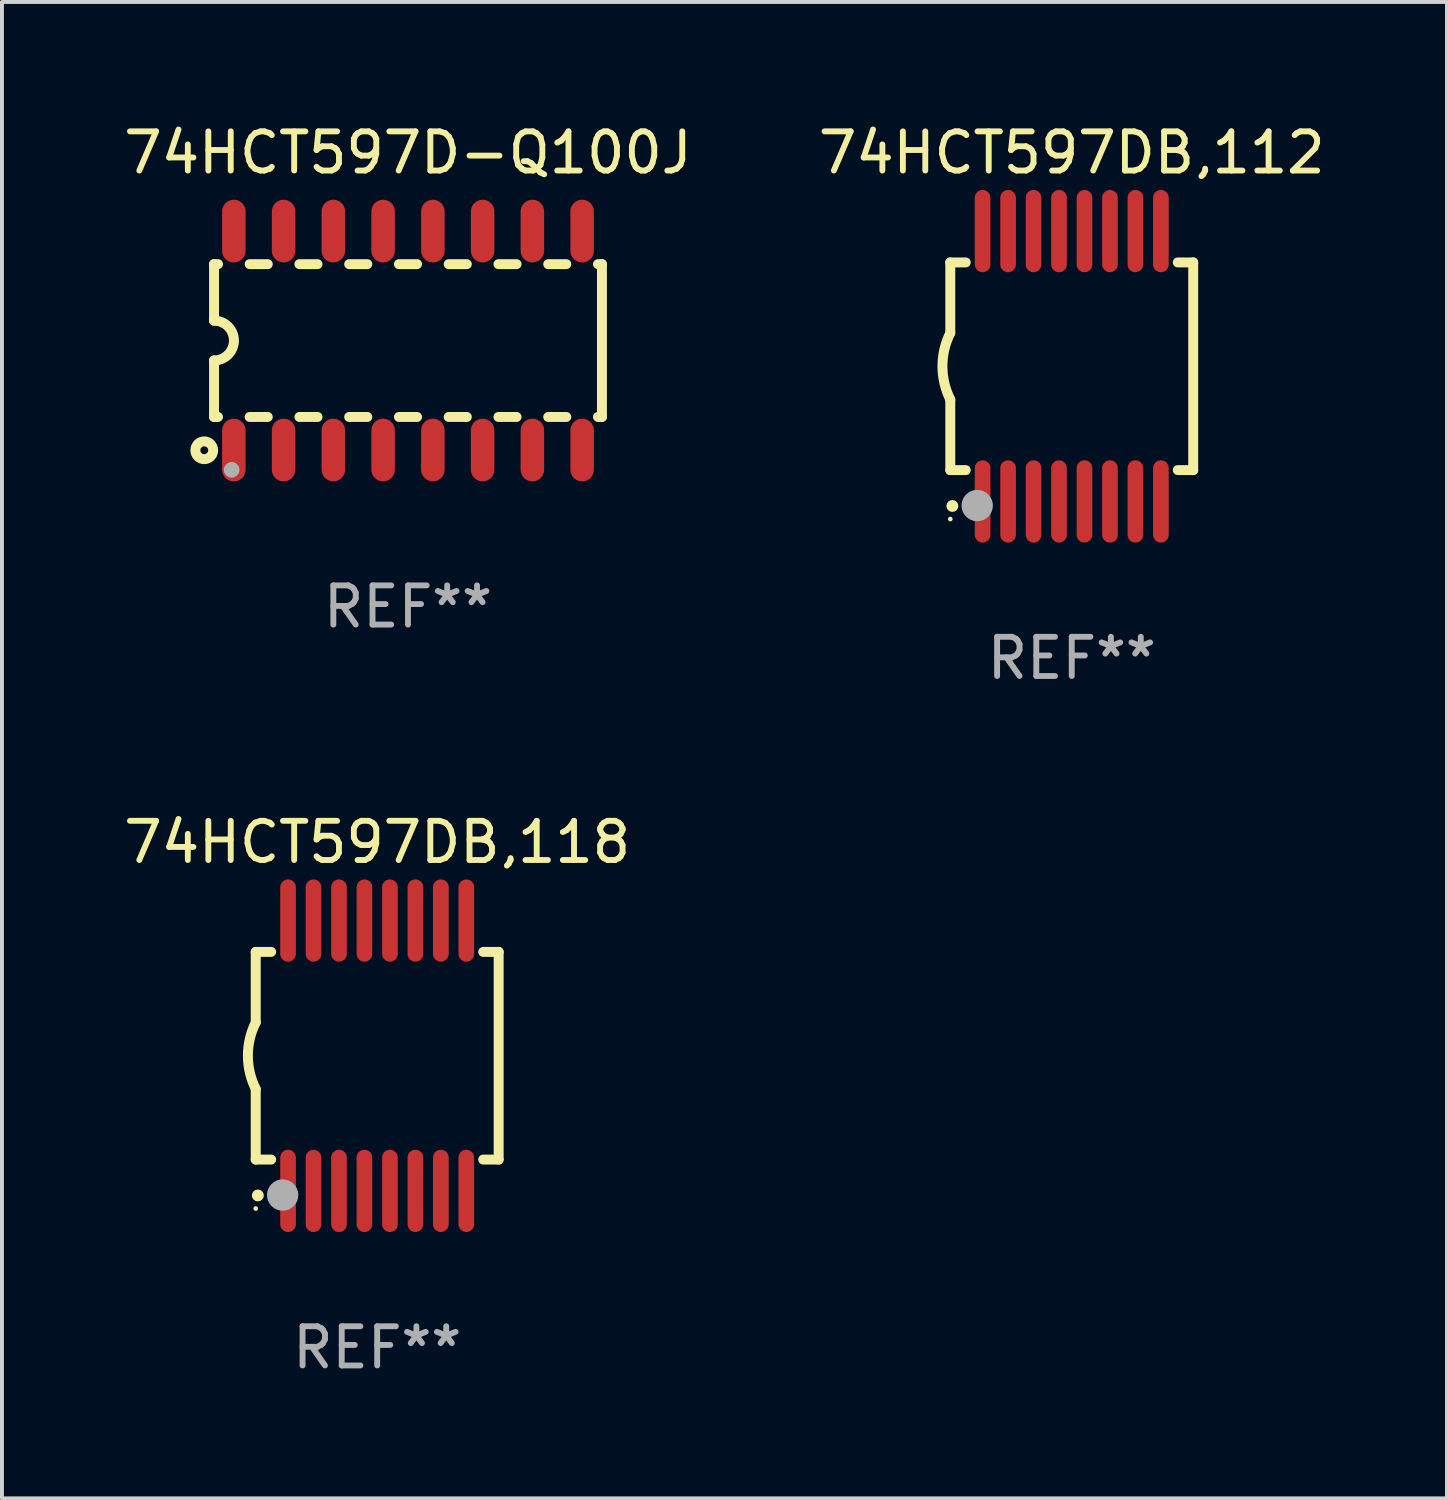
<source format=kicad_pcb>
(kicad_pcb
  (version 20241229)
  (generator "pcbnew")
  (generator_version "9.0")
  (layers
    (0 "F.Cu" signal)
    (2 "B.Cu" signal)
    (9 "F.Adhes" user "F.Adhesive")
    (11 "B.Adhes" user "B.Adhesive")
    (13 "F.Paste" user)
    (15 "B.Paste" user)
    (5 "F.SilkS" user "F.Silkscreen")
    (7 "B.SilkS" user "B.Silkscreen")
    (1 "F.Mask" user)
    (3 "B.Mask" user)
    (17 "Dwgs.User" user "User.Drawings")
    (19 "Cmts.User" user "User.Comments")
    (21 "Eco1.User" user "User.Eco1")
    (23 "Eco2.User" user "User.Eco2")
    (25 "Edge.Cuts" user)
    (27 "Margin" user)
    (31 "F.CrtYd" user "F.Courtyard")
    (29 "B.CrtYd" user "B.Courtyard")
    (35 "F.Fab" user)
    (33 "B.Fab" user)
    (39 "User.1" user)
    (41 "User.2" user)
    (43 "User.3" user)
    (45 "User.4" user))
  (footprint "74HCT597DB,112"
    (layer "F.Cu")
    (at 24.304 6.298)
    (property "Reference" "74HCT597DB,112" (at 0 -5.45 0) (layer "F.SilkS") (effects (font (size 1 1) (thickness 0.15))))
    (attr through_hole)
    (fp_line (start -3.1 -2.65) (end -3.1 -0.85) (stroke (width 0.254) (type solid)) (layer "F.SilkS"))
    (fp_line (start -3.1 -2.65) (end -2.706 -2.65) (stroke (width 0.254) (type solid)) (layer "F.SilkS"))
    (fp_line (start -3.1 2.65) (end -3.1 0.85) (stroke (width 0.254) (type solid)) (layer "F.SilkS"))
    (fp_line (start -3.1 2.65) (end -2.706 2.65) (stroke (width 0.254) (type solid)) (layer "F.SilkS"))
    (fp_line (start 2.706 -2.65) (end 3.1 -2.65) (stroke (width 0.254) (type solid)) (layer "F.SilkS"))
    (fp_line (start 2.706 2.65) (end 3.1 2.65) (stroke (width 0.254) (type solid)) (layer "F.SilkS"))
    (fp_line (start 3.1 -2.65) (end 3.1 2.65) (stroke (width 0.254) (type solid)) (layer "F.SilkS"))
    (fp_arc (start -3.098907 0.850902) (mid -3.300057 0.000523) (end -3.1 -0.850114) (stroke (width 0.254001) (type solid)) (layer "F.SilkS"))
    (fp_arc (start -3.048006 3.566066) (mid -3.046736 3.566061) (end -3.045466 3.566066) (stroke (width 0.3) (type solid)) (layer "F.SilkS"))
    (fp_circle (center -3.1 3.9) (end -3.07 3.9) (stroke (width 0.06) (type solid)) (fill no) (layer "F.SilkS"))
    (fp_circle (center -2.413 3.556) (end -2.213 3.556) (stroke (width 0.4) (type solid)) (fill no) (layer "F.Fab"))
    (fp_text user "REF**" (at 0 7.45 0) (layer "F.Fab") (effects (font (size 1 1) (thickness 0.15))))
    (pad "1" smd oval (at -2.275 3.45 180) (size 0.4 2.1) (layers "F.Cu" "F.Mask" "F.Paste"))
    (pad "2" smd oval (at -1.625 3.45 180) (size 0.4 2.1) (layers "F.Cu" "F.Mask" "F.Paste"))
    (pad "3" smd oval (at -0.975 3.45 180) (size 0.4 2.1) (layers "F.Cu" "F.Mask" "F.Paste"))
    (pad "4" smd oval (at -0.325 3.45 180) (size 0.4 2.1) (layers "F.Cu" "F.Mask" "F.Paste"))
    (pad "5" smd oval (at 0.325 3.45 180) (size 0.4 2.1) (layers "F.Cu" "F.Mask" "F.Paste"))
    (pad "6" smd oval (at 0.975 3.45 180) (size 0.4 2.1) (layers "F.Cu" "F.Mask" "F.Paste"))
    (pad "7" smd oval (at 1.625 3.45 180) (size 0.4 2.1) (layers "F.Cu" "F.Mask" "F.Paste"))
    (pad "8" smd oval (at 2.275 3.45 180) (size 0.4 2.1) (layers "F.Cu" "F.Mask" "F.Paste"))
    (pad "9" smd oval (at 2.275 -3.45 180) (size 0.4 2.1) (layers "F.Cu" "F.Mask" "F.Paste"))
    (pad "10" smd oval (at 1.625 -3.45 180) (size 0.4 2.1) (layers "F.Cu" "F.Mask" "F.Paste"))
    (pad "11" smd oval (at 0.975 -3.45 180) (size 0.4 2.1) (layers "F.Cu" "F.Mask" "F.Paste"))
    (pad "12" smd oval (at 0.325 -3.45 180) (size 0.4 2.1) (layers "F.Cu" "F.Mask" "F.Paste"))
    (pad "13" smd oval (at -0.325 -3.45 180) (size 0.4 2.1) (layers "F.Cu" "F.Mask" "F.Paste"))
    (pad "14" smd oval (at -0.975 -3.45 180) (size 0.4 2.1) (layers "F.Cu" "F.Mask" "F.Paste"))
    (pad "15" smd oval (at -1.625 -3.45 180) (size 0.4 2.1) (layers "F.Cu" "F.Mask" "F.Paste"))
    (pad "16" smd oval (at -2.275 -3.45 180) (size 0.4 2.1) (layers "F.Cu" "F.Mask" "F.Paste")))
  (footprint "74HCT597D-Q100J"
    (layer "F.Cu")
    (at 7.363 5.642)
    (property "Reference" "74HCT597D-Q100J" (at 0 -4.794 0) (layer "F.SilkS") (effects (font (size 1 1) (thickness 0.15))))
    (attr through_hole)
    (fp_line (start -4.95 -1.95) (end -4.95 -0.508) (stroke (width 0.254) (type solid)) (layer "F.SilkS"))
    (fp_line (start -4.95 -1.95) (end -4.849 -1.95) (stroke (width 0.254) (type solid)) (layer "F.SilkS"))
    (fp_line (start -4.95 1.95) (end -4.95 0.508) (stroke (width 0.254) (type solid)) (layer "F.SilkS"))
    (fp_line (start -4.95 1.95) (end -4.849 1.95) (stroke (width 0.254) (type solid)) (layer "F.SilkS"))
    (fp_line (start -4.041 -1.95) (end -3.579 -1.95) (stroke (width 0.254) (type solid)) (layer "F.SilkS"))
    (fp_line (start -4.041 1.95) (end -3.579 1.95) (stroke (width 0.254) (type solid)) (layer "F.SilkS"))
    (fp_line (start -2.771 -1.95) (end -2.309 -1.95) (stroke (width 0.254) (type solid)) (layer "F.SilkS"))
    (fp_line (start -2.771 1.95) (end -2.309 1.95) (stroke (width 0.254) (type solid)) (layer "F.SilkS"))
    (fp_line (start -1.501 -1.95) (end -1.039 -1.95) (stroke (width 0.254) (type solid)) (layer "F.SilkS"))
    (fp_line (start -1.501 1.95) (end -1.039 1.95) (stroke (width 0.254) (type solid)) (layer "F.SilkS"))
    (fp_line (start -0.231 -1.95) (end 0.231 -1.95) (stroke (width 0.254) (type solid)) (layer "F.SilkS"))
    (fp_line (start -0.231 1.95) (end 0.231 1.95) (stroke (width 0.254) (type solid)) (layer "F.SilkS"))
    (fp_line (start 1.039 -1.95) (end 1.501 -1.95) (stroke (width 0.254) (type solid)) (layer "F.SilkS"))
    (fp_line (start 1.039 1.95) (end 1.501 1.95) (stroke (width 0.254) (type solid)) (layer "F.SilkS"))
    (fp_line (start 2.309 -1.95) (end 2.771 -1.95) (stroke (width 0.254) (type solid)) (layer "F.SilkS"))
    (fp_line (start 2.309 1.95) (end 2.771 1.95) (stroke (width 0.254) (type solid)) (layer "F.SilkS"))
    (fp_line (start 3.579 -1.95) (end 4.041 -1.95) (stroke (width 0.254) (type solid)) (layer "F.SilkS"))
    (fp_line (start 3.579 1.95) (end 4.041 1.95) (stroke (width 0.254) (type solid)) (layer "F.SilkS"))
    (fp_line (start 4.849 -1.95) (end 4.95 -1.95) (stroke (width 0.254) (type solid)) (layer "F.SilkS"))
    (fp_line (start 4.849 1.95) (end 4.95 1.95) (stroke (width 0.254) (type solid)) (layer "F.SilkS"))
    (fp_line (start 4.95 -1.95) (end 4.95 1.95) (stroke (width 0.254) (type solid)) (layer "F.SilkS"))
    (fp_arc (start -4.95047 -0.508001) (mid -4.442469 -0.000228) (end -4.950013 0.508001) (stroke (width 0.254001) (type solid)) (layer "F.SilkS"))
    (fp_circle (center -5.2 2.8) (end -5.1 2.8) (stroke (width 0.254) (type solid)) (fill no) (layer "F.SilkS"))
    (fp_circle (center -4.95 2.947) (end -4.92 2.947) (stroke (width 0.06) (type solid)) (fill no) (layer "F.SilkS"))
    (fp_circle (center -4.5 3.3) (end -4.4 3.3) (stroke (width 0.2) (type solid)) (fill no) (layer "F.Fab"))
    (fp_text user "REF**" (at 0 6.794 0) (layer "F.Fab") (effects (font (size 1 1) (thickness 0.15))))
    (pad "1" smd oval (at -4.445 2.794) (size 0.6 1.6) (layers "F.Cu" "F.Mask" "F.Paste"))
    (pad "2" smd oval (at -3.175 2.794) (size 0.6 1.6) (layers "F.Cu" "F.Mask" "F.Paste"))
    (pad "3" smd oval (at -1.905 2.794) (size 0.6 1.6) (layers "F.Cu" "F.Mask" "F.Paste"))
    (pad "4" smd oval (at -0.635 2.794) (size 0.6 1.6) (layers "F.Cu" "F.Mask" "F.Paste"))
    (pad "5" smd oval (at 0.635 2.794) (size 0.6 1.6) (layers "F.Cu" "F.Mask" "F.Paste"))
    (pad "6" smd oval (at 1.905 2.794) (size 0.6 1.6) (layers "F.Cu" "F.Mask" "F.Paste"))
    (pad "7" smd oval (at 3.175 2.794) (size 0.6 1.6) (layers "F.Cu" "F.Mask" "F.Paste"))
    (pad "8" smd oval (at 4.445 2.794) (size 0.6 1.6) (layers "F.Cu" "F.Mask" "F.Paste"))
    (pad "9" smd oval (at 4.445 -2.794) (size 0.6 1.6) (layers "F.Cu" "F.Mask" "F.Paste"))
    (pad "10" smd oval (at 3.175 -2.794) (size 0.6 1.6) (layers "F.Cu" "F.Mask" "F.Paste"))
    (pad "11" smd oval (at 1.905 -2.794) (size 0.6 1.6) (layers "F.Cu" "F.Mask" "F.Paste"))
    (pad "12" smd oval (at 0.635 -2.794) (size 0.6 1.6) (layers "F.Cu" "F.Mask" "F.Paste"))
    (pad "13" smd oval (at -0.635 -2.794) (size 0.6 1.6) (layers "F.Cu" "F.Mask" "F.Paste"))
    (pad "14" smd oval (at -1.905 -2.794) (size 0.6 1.6) (layers "F.Cu" "F.Mask" "F.Paste"))
    (pad "15" smd oval (at -3.175 -2.794) (size 0.6 1.6) (layers "F.Cu" "F.Mask" "F.Paste"))
    (pad "16" smd oval (at -4.445 -2.794) (size 0.6 1.6) (layers "F.Cu" "F.Mask" "F.Paste")))
  (footprint "74HCT597DB,118"
    (layer "F.Cu")
    (at 6.577 23.895)
    (property "Reference" "74HCT597DB,118" (at 0 -5.45 0) (layer "F.SilkS") (effects (font (size 1 1) (thickness 0.15))))
    (attr through_hole)
    (fp_line (start -3.1 -2.65) (end -3.1 -0.85) (stroke (width 0.254) (type solid)) (layer "F.SilkS"))
    (fp_line (start -3.1 -2.65) (end -2.706 -2.65) (stroke (width 0.254) (type solid)) (layer "F.SilkS"))
    (fp_line (start -3.1 2.65) (end -3.1 0.85) (stroke (width 0.254) (type solid)) (layer "F.SilkS"))
    (fp_line (start -3.1 2.65) (end -2.706 2.65) (stroke (width 0.254) (type solid)) (layer "F.SilkS"))
    (fp_line (start 2.706 -2.65) (end 3.1 -2.65) (stroke (width 0.254) (type solid)) (layer "F.SilkS"))
    (fp_line (start 2.706 2.65) (end 3.1 2.65) (stroke (width 0.254) (type solid)) (layer "F.SilkS"))
    (fp_line (start 3.1 -2.65) (end 3.1 2.65) (stroke (width 0.254) (type solid)) (layer "F.SilkS"))
    (fp_arc (start -3.098907 0.850902) (mid -3.300057 0.000523) (end -3.1 -0.850114) (stroke (width 0.254001) (type solid)) (layer "F.SilkS"))
    (fp_arc (start -3.048006 3.566066) (mid -3.046736 3.566061) (end -3.045466 3.566066) (stroke (width 0.3) (type solid)) (layer "F.SilkS"))
    (fp_circle (center -3.1 3.9) (end -3.07 3.9) (stroke (width 0.06) (type solid)) (fill no) (layer "F.SilkS"))
    (fp_circle (center -2.413 3.556) (end -2.213 3.556) (stroke (width 0.4) (type solid)) (fill no) (layer "F.Fab"))
    (fp_text user "REF**" (at 0 7.45 0) (layer "F.Fab") (effects (font (size 1 1) (thickness 0.15))))
    (pad "1" smd oval (at -2.275 3.45 180) (size 0.4 2.1) (layers "F.Cu" "F.Mask" "F.Paste"))
    (pad "2" smd oval (at -1.625 3.45 180) (size 0.4 2.1) (layers "F.Cu" "F.Mask" "F.Paste"))
    (pad "3" smd oval (at -0.975 3.45 180) (size 0.4 2.1) (layers "F.Cu" "F.Mask" "F.Paste"))
    (pad "4" smd oval (at -0.325 3.45 180) (size 0.4 2.1) (layers "F.Cu" "F.Mask" "F.Paste"))
    (pad "5" smd oval (at 0.325 3.45 180) (size 0.4 2.1) (layers "F.Cu" "F.Mask" "F.Paste"))
    (pad "6" smd oval (at 0.975 3.45 180) (size 0.4 2.1) (layers "F.Cu" "F.Mask" "F.Paste"))
    (pad "7" smd oval (at 1.625 3.45 180) (size 0.4 2.1) (layers "F.Cu" "F.Mask" "F.Paste"))
    (pad "8" smd oval (at 2.275 3.45 180) (size 0.4 2.1) (layers "F.Cu" "F.Mask" "F.Paste"))
    (pad "9" smd oval (at 2.275 -3.45 180) (size 0.4 2.1) (layers "F.Cu" "F.Mask" "F.Paste"))
    (pad "10" smd oval (at 1.625 -3.45 180) (size 0.4 2.1) (layers "F.Cu" "F.Mask" "F.Paste"))
    (pad "11" smd oval (at 0.975 -3.45 180) (size 0.4 2.1) (layers "F.Cu" "F.Mask" "F.Paste"))
    (pad "12" smd oval (at 0.325 -3.45 180) (size 0.4 2.1) (layers "F.Cu" "F.Mask" "F.Paste"))
    (pad "13" smd oval (at -0.325 -3.45 180) (size 0.4 2.1) (layers "F.Cu" "F.Mask" "F.Paste"))
    (pad "14" smd oval (at -0.975 -3.45 180) (size 0.4 2.1) (layers "F.Cu" "F.Mask" "F.Paste"))
    (pad "15" smd oval (at -1.625 -3.45 180) (size 0.4 2.1) (layers "F.Cu" "F.Mask" "F.Paste"))
    (pad "16" smd oval (at -2.275 -3.45 180) (size 0.4 2.1) (layers "F.Cu" "F.Mask" "F.Paste")))
  (gr_rect
    (start -3 -3)
    (end 33.881 35.193)
    (stroke (width 0.1) (type default))
    (fill no)
    (layer "Edge.Cuts")))
</source>
